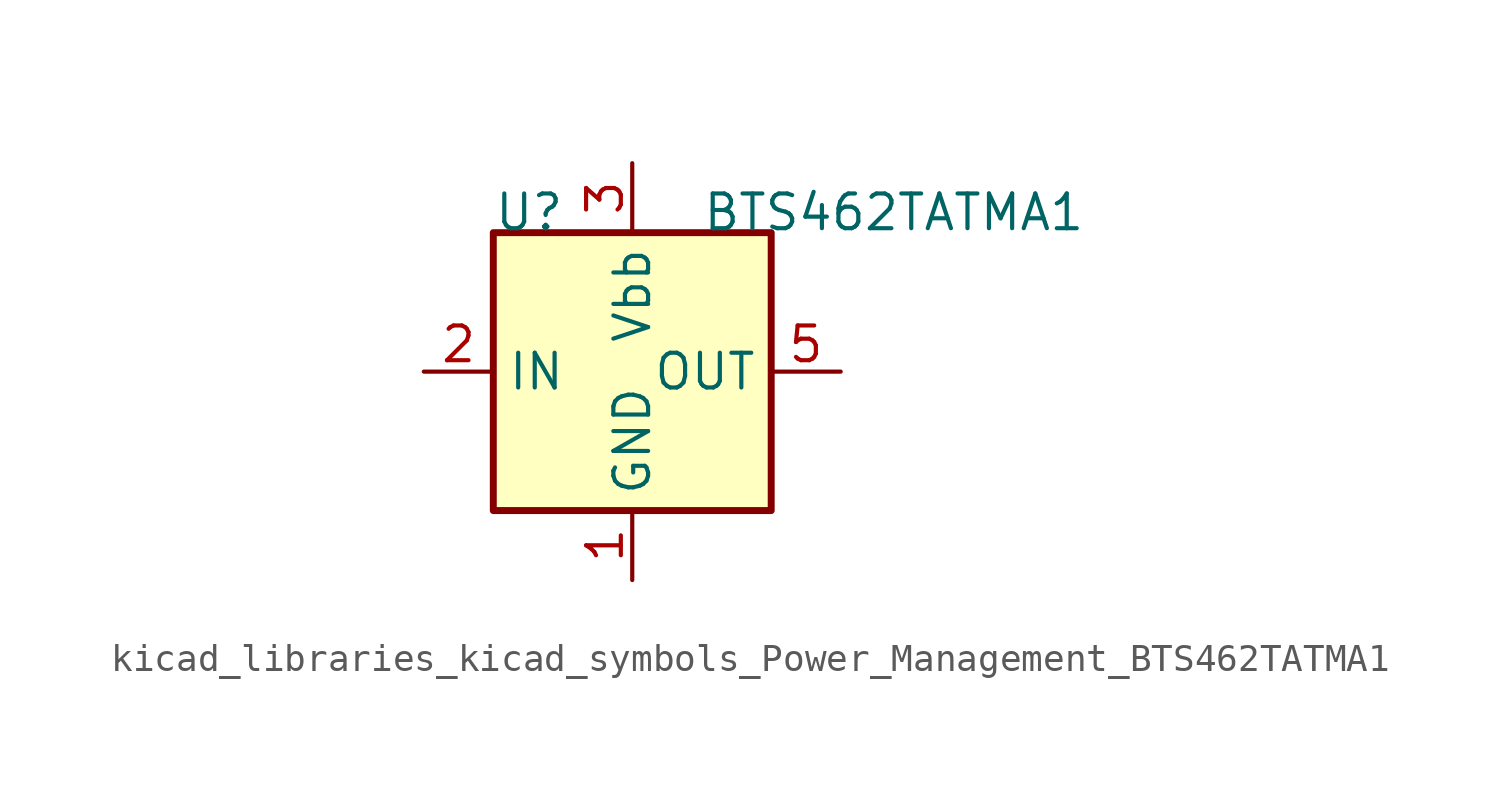
<source format=kicad_sym>
(kicad_symbol_lib
  (version 20220914)
  (generator kicad_symbol_editor)
  (symbol "kicad_libraries_kicad_symbols_Power_Management_BTS462TATMA1"
    (property "Reference" "U"
      (at -5.08 5.08 0)
      (effects (font (size 1.27 1.27)) (justify left bottom)))
    (property "Value" "BTS462TATMA1"
      (at 2.54 5.08 0)
      (effects (font (size 1.27 1.27)) (justify left bottom)))
    (symbol "kicad_libraries_kicad_symbols_Power_Management_BTS462TATMA1_0_0"
      (rectangle (start -5.08 5.08) (end 5.08 -5.08) (stroke (width 0.254) (type default)) (fill (type background)))
      (pin power_in line (at 0 -7.62 90) (length 2.54) (name "GND" (effects (font (size 1.27 1.27)))) (number "1" (effects (font (size 1.27 1.27)))))
      (pin input line (at -7.62 0 0) (length 2.54) (name "IN" (effects (font (size 1.27 1.27)))) (number "2" (effects (font (size 1.27 1.27)))))
      (pin power_in line (at 0 7.62 270) (length 2.54) (name "Vbb" (effects (font (size 1.27 1.27)))) (number "3" (effects (font (size 1.27 1.27)))))
      (pin no_connect line (at 5.08 -2.54 180) (length 2.54) hide (name "NC" (effects (font (size 1.27 1.27)))) (number "4" (effects (font (size 1.27 1.27)))))
      (pin power_out line (at 7.62 0 180) (length 2.54) (name "OUT" (effects (font (size 1.27 1.27)))) (number "5" (effects (font (size 1.27 1.27))))))))
</source>
